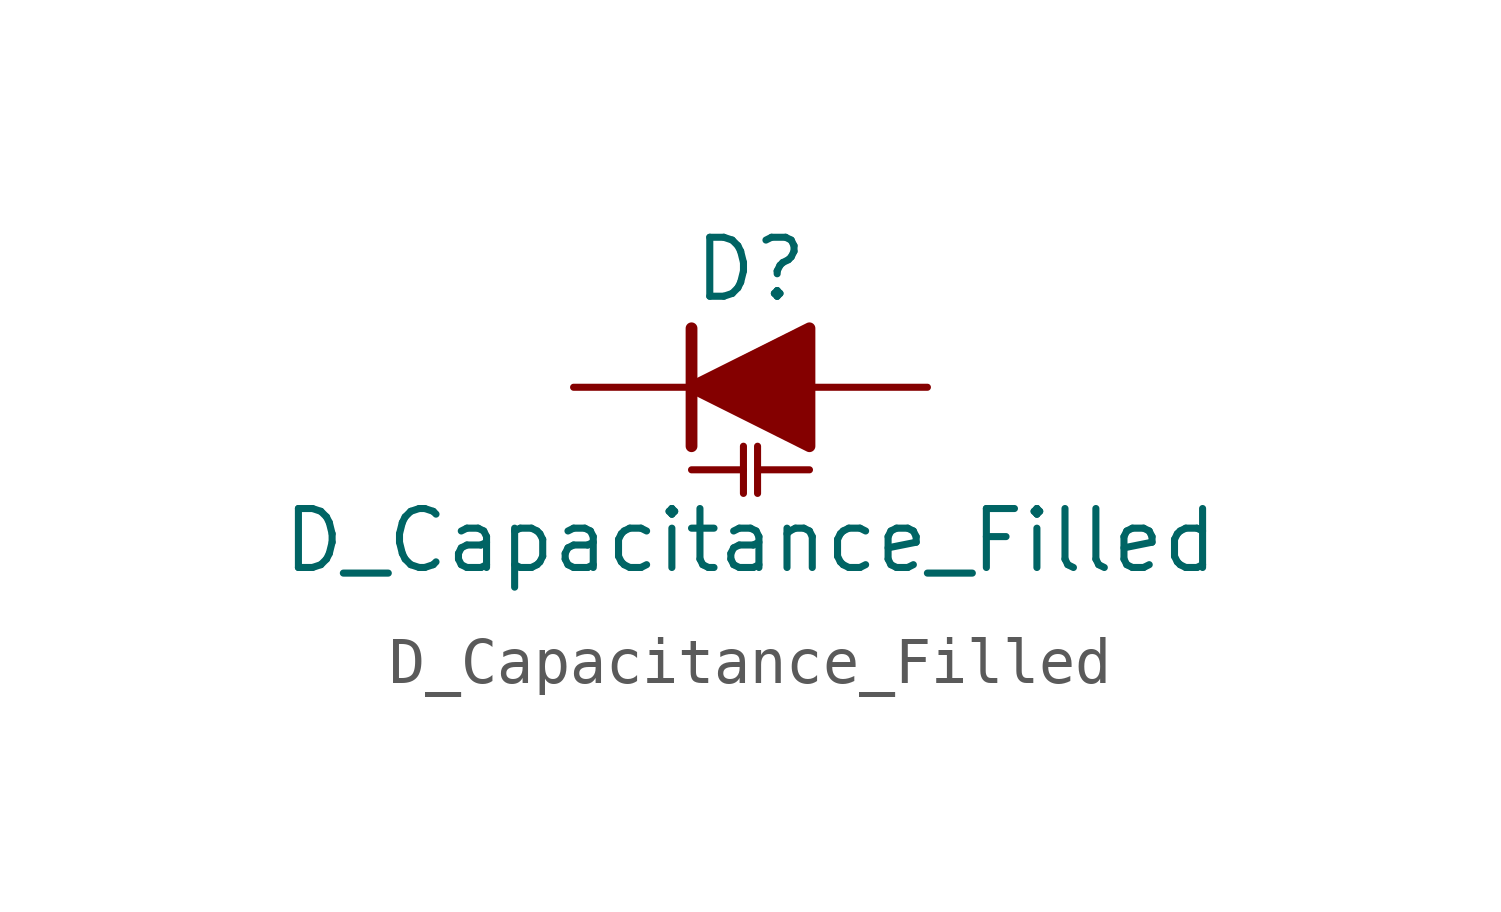
<source format=kicad_sym>
(kicad_symbol_lib
  (version 20241209)
  (generator "kicad_symbol_editor")
  (generator_version "9.0")
  (symbol "D_Capacitance_Filled"
    (pin_numbers
      (hide yes))
    (pin_names
      (offset 1.016)
      (hide yes))
    (property "Reference" "D"
      (at 0 2.54 0)
      (effects (font (size 1.27 1.27))))
    (property "Value" "D_Capacitance_Filled"
      (at 0 -3.302 0)
      (effects (font (size 1.27 1.27))))
    (symbol "D_Capacitance_Filled_0_1"
      (polyline (pts (xy -1.27 1.27) (xy -1.27 -1.27)) (stroke (width 0.254) (type default)) (fill (type none)))
      (polyline (pts (xy -1.27 0) (xy 1.27 0)) (stroke (width 0) (type default)) (fill (type none)))
      (polyline (pts (xy -1.27 -1.778) (xy -0.152 -1.778)) (stroke (width 0) (type default)) (fill (type none)))
      (polyline (pts (xy -0.152 -1.27) (xy -0.152 -2.286)) (stroke (width 0) (type default)) (fill (type none)))
      (polyline (pts (xy 0.152 -1.27) (xy 0.152 -2.286)) (stroke (width 0) (type default)) (fill (type none)))
      (polyline (pts (xy 0.152 -1.778) (xy 1.27 -1.778)) (stroke (width 0) (type default)) (fill (type none)))
      (polyline (pts (xy 1.27 1.27) (xy 1.27 -1.27) (xy -1.27 0) (xy 1.27 1.27)) (stroke (width 0.254) (type default)) (fill (type outline))))
    (symbol "D_Capacitance_Filled_1_1"
      (pin passive line (at -3.81 0 0) (length 2.54) (name "K" (effects (font (size 1.27 1.27)))) (number "1" (effects (font (size 1.27 1.27)))))
      (pin passive line (at 3.81 0 180) (length 2.54) (name "A" (effects (font (size 1.27 1.27)))) (number "2" (effects (font (size 1.27 1.27))))))))
</source>
